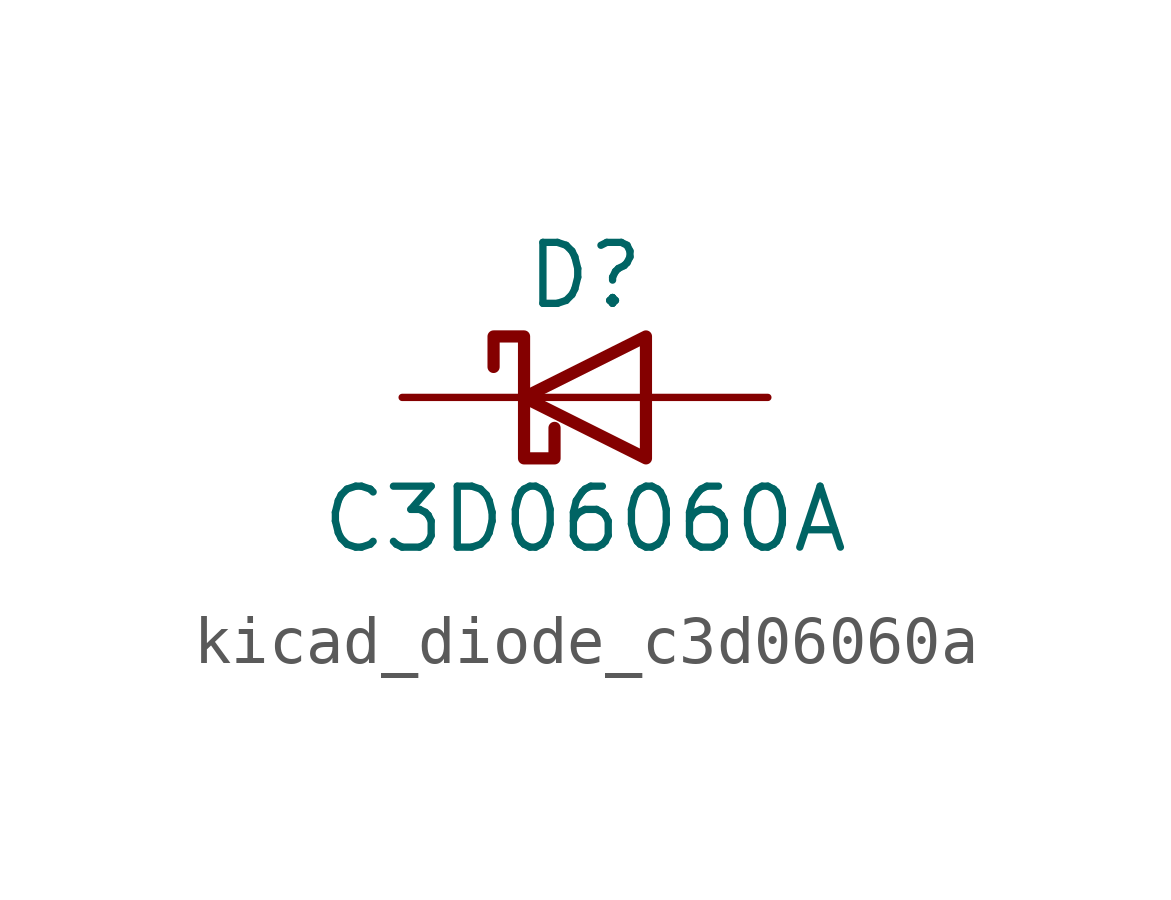
<source format=kicad_sym>
(kicad_symbol_lib
  (version 20220914)
  (generator kicad_symbol_editor)
  (symbol "kicad_diode_c3d06060a"
    (pin_numbers hide)
    (pin_names
      (offset 1.016) hide)
    (property "Reference" "D"
      (at 0 2.54 0)
      (effects (font (size 1.27 1.27))))
    (property "Value" "C3D06060A"
      (at 0 -2.54 0)
      (effects (font (size 1.27 1.27))))
    (symbol "kicad_diode_c3d06060a_0_1"
      (polyline (pts (xy 1.27 0) (xy -1.27 0)) (stroke (width 0) (type default)) (fill (type none)))
      (polyline (pts (xy 1.27 1.27) (xy 1.27 -1.27) (xy -1.27 0) (xy 1.27 1.27)) (stroke (width 0.254) (type default)) (fill (type none)))
      (polyline (pts (xy -1.905 0.635) (xy -1.905 1.27) (xy -1.27 1.27) (xy -1.27 -1.27) (xy -0.635 -1.27) (xy -0.635 -0.635)) (stroke (width 0.254) (type default)) (fill (type none))))
    (symbol "kicad_diode_c3d06060a_1_1"
      (pin passive line (at -3.81 0 0) (length 2.54) (name "K" (effects (font (size 1.27 1.27)))) (number "1" (effects (font (size 1.27 1.27)))))
      (pin passive line (at 3.81 0 180) (length 2.54) (name "A" (effects (font (size 1.27 1.27)))) (number "2" (effects (font (size 1.27 1.27))))))))
</source>
